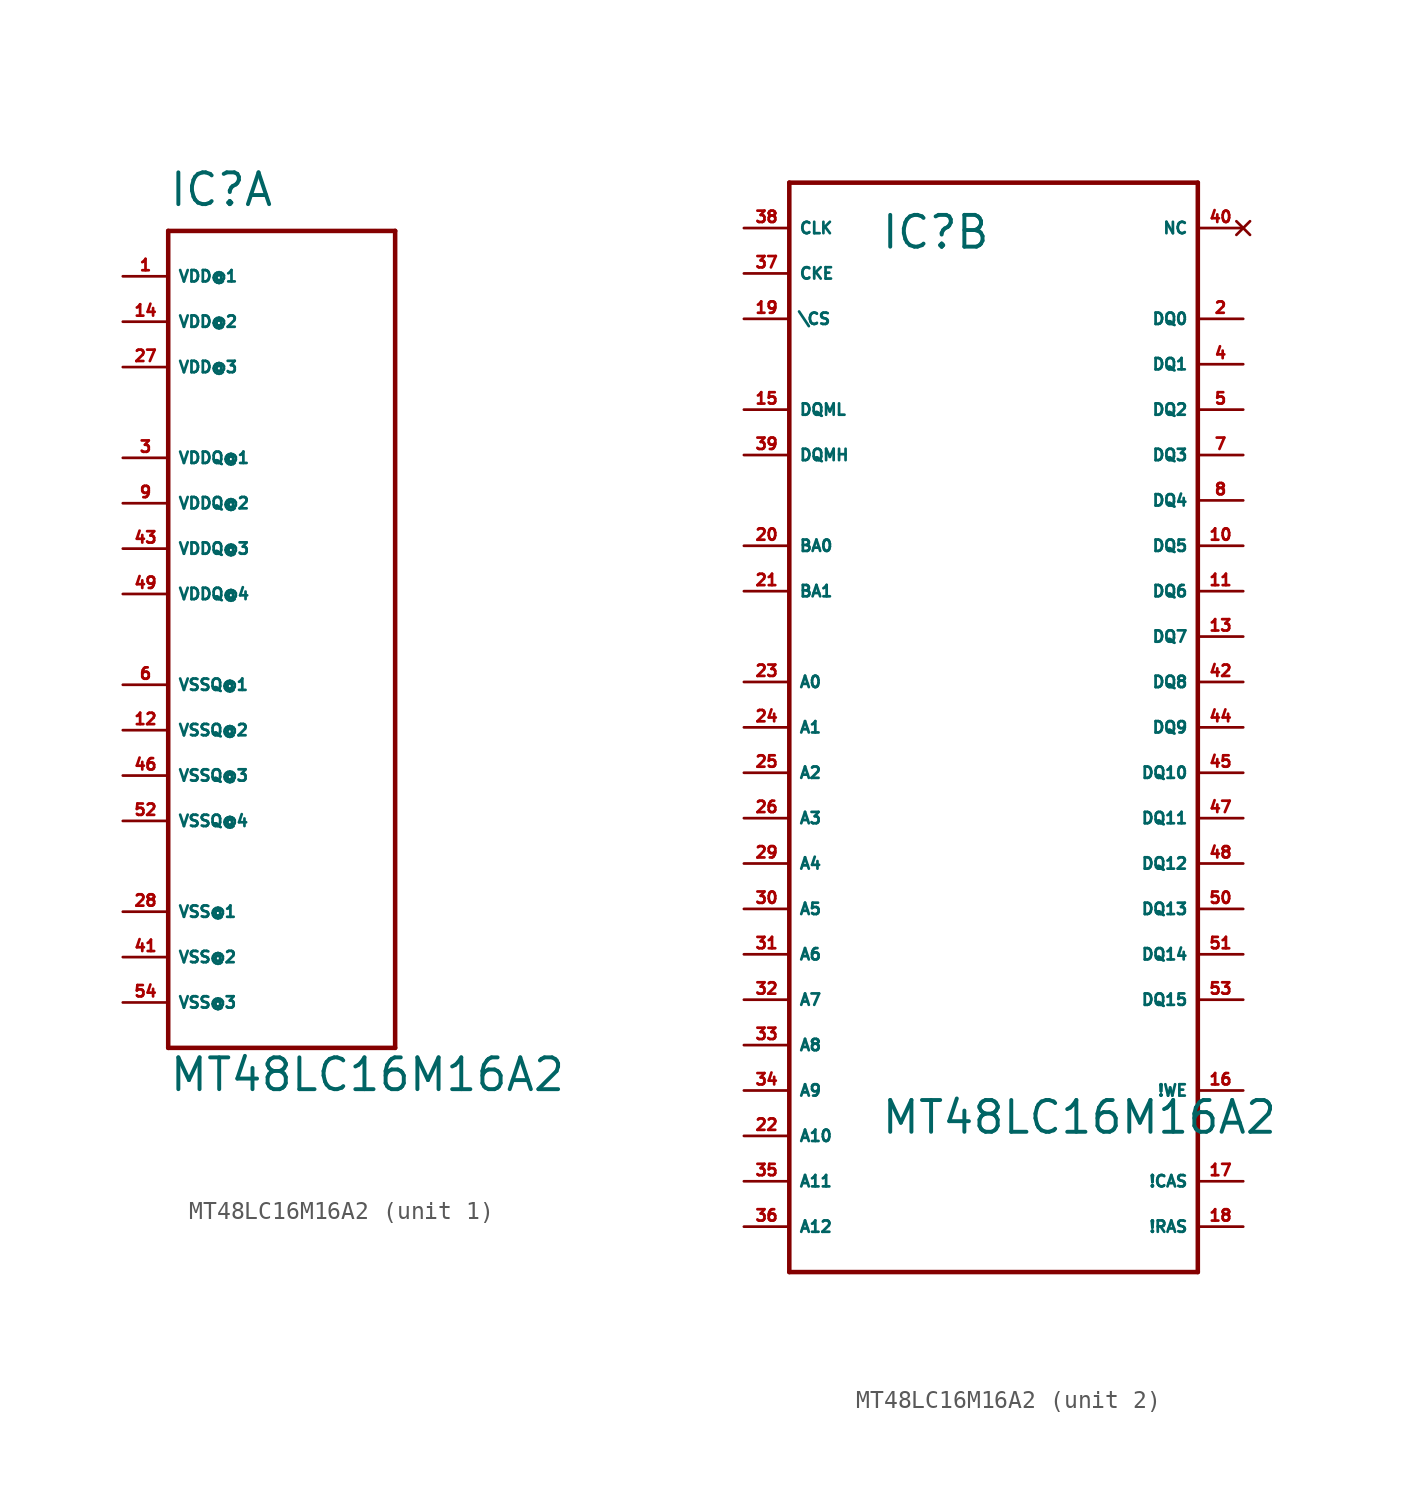
<source format=kicad_sym>
(kicad_symbol_lib
  (version 20220914)
  (generator Eagle2Kicad)
  (symbol "MT48LC16M16A2"
    (property "Reference" "IC"
      (at -5.08 24.13 0)
      (effects (font (size 1.778 1.778) (thickness 0.22)) (justify left bottom)))
    (property "Value" "MT48LC16M16A2"
      (at -5.08 -25.4 0)
      (effects (font (size 1.778 1.778) (thickness 0.22)) (justify left bottom)))
    (symbol "MT48LC16M16A2_1_0"
      (polyline (pts (xy -5.08 22.86) (xy 7.62 22.86)) (stroke (width 0.254) (type default)) (fill (type none)))
      (polyline (pts (xy 7.62 22.86) (xy 7.62 -22.86)) (stroke (width 0.254) (type default)) (fill (type none)))
      (polyline (pts (xy 7.62 -22.86) (xy -5.08 -22.86)) (stroke (width 0.254) (type default)) (fill (type none)))
      (polyline (pts (xy -5.08 -22.86) (xy -5.08 22.86)) (stroke (width 0.254) (type default)) (fill (type none)))
      (pin unspecified line (at -7.62 10.16 0) (length 2.54) (name "VDDQ@1" (effects (font (size 0.635 0.635) (thickness 0.08)) (justify left bottom))) (number "3" (effects (font (size 0.635 0.635) (thickness 0.08)) (justify left bottom))))
      (pin unspecified line (at -7.62 7.62 0) (length 2.54) (name "VDDQ@2" (effects (font (size 0.635 0.635) (thickness 0.08)) (justify left bottom))) (number "9" (effects (font (size 0.635 0.635) (thickness 0.08)) (justify left bottom))))
      (pin unspecified line (at -7.62 5.08 0) (length 2.54) (name "VDDQ@3" (effects (font (size 0.635 0.635) (thickness 0.08)) (justify left bottom))) (number "43" (effects (font (size 0.635 0.635) (thickness 0.08)) (justify left bottom))))
      (pin unspecified line (at -7.62 2.54 0) (length 2.54) (name "VDDQ@4" (effects (font (size 0.635 0.635) (thickness 0.08)) (justify left bottom))) (number "49" (effects (font (size 0.635 0.635) (thickness 0.08)) (justify left bottom))))
      (pin unspecified line (at -7.62 -2.54 0) (length 2.54) (name "VSSQ@1" (effects (font (size 0.635 0.635) (thickness 0.08)) (justify left bottom))) (number "6" (effects (font (size 0.635 0.635) (thickness 0.08)) (justify left bottom))))
      (pin unspecified line (at -7.62 -5.08 0) (length 2.54) (name "VSSQ@2" (effects (font (size 0.635 0.635) (thickness 0.08)) (justify left bottom))) (number "12" (effects (font (size 0.635 0.635) (thickness 0.08)) (justify left bottom))))
      (pin unspecified line (at -7.62 -7.62 0) (length 2.54) (name "VSSQ@3" (effects (font (size 0.635 0.635) (thickness 0.08)) (justify left bottom))) (number "46" (effects (font (size 0.635 0.635) (thickness 0.08)) (justify left bottom))))
      (pin unspecified line (at -7.62 -10.16 0) (length 2.54) (name "VSSQ@4" (effects (font (size 0.635 0.635) (thickness 0.08)) (justify left bottom))) (number "52" (effects (font (size 0.635 0.635) (thickness 0.08)) (justify left bottom))))
      (pin unspecified line (at -7.62 20.32 0) (length 2.54) (name "VDD@1" (effects (font (size 0.635 0.635) (thickness 0.08)) (justify left bottom))) (number "1" (effects (font (size 0.635 0.635) (thickness 0.08)) (justify left bottom))))
      (pin unspecified line (at -7.62 17.78 0) (length 2.54) (name "VDD@2" (effects (font (size 0.635 0.635) (thickness 0.08)) (justify left bottom))) (number "14" (effects (font (size 0.635 0.635) (thickness 0.08)) (justify left bottom))))
      (pin unspecified line (at -7.62 15.24 0) (length 2.54) (name "VDD@3" (effects (font (size 0.635 0.635) (thickness 0.08)) (justify left bottom))) (number "27" (effects (font (size 0.635 0.635) (thickness 0.08)) (justify left bottom))))
      (pin unspecified line (at -7.62 -15.24 0) (length 2.54) (name "VSS@1" (effects (font (size 0.635 0.635) (thickness 0.08)) (justify left bottom))) (number "28" (effects (font (size 0.635 0.635) (thickness 0.08)) (justify left bottom))))
      (pin unspecified line (at -7.62 -17.78 0) (length 2.54) (name "VSS@2" (effects (font (size 0.635 0.635) (thickness 0.08)) (justify left bottom))) (number "41" (effects (font (size 0.635 0.635) (thickness 0.08)) (justify left bottom))))
      (pin unspecified line (at -7.62 -20.32 0) (length 2.54) (name "VSS@3" (effects (font (size 0.635 0.635) (thickness 0.08)) (justify left bottom))) (number "54" (effects (font (size 0.635 0.635) (thickness 0.08)) (justify left bottom)))))
    (symbol "MT48LC16M16A2_2_0"
      (polyline (pts (xy -10.16 27.94) (xy 12.7 27.94)) (stroke (width 0.254) (type default)) (fill (type none)))
      (polyline (pts (xy 12.7 27.94) (xy 12.7 -33.02)) (stroke (width 0.254) (type default)) (fill (type none)))
      (polyline (pts (xy 12.7 -33.02) (xy -10.16 -33.02)) (stroke (width 0.254) (type default)) (fill (type none)))
      (polyline (pts (xy -10.16 -33.02) (xy -10.16 27.94)) (stroke (width 0.254) (type default)) (fill (type none)))
      (pin input line (at -12.7 25.4 0) (length 2.54) (name "CLK" (effects (font (size 0.635 0.635) (thickness 0.08)) (justify left bottom))) (number "38" (effects (font (size 0.635 0.635) (thickness 0.08)) (justify left bottom))))
      (pin input line (at -12.7 22.86 0) (length 2.54) (name "CKE" (effects (font (size 0.635 0.635) (thickness 0.08)) (justify left bottom))) (number "37" (effects (font (size 0.635 0.635) (thickness 0.08)) (justify left bottom))))
      (pin input line (at -12.7 20.32 0) (length 2.54) (name "\CS" (effects (font (size 0.635 0.635) (thickness 0.08)) (justify left bottom))) (number "19" (effects (font (size 0.635 0.635) (thickness 0.08)) (justify left bottom))))
      (pin input line (at 15.24 -22.86 180) (length 2.54) (name "!WE" (effects (font (size 0.635 0.635) (thickness 0.08)) (justify left bottom))) (number "16" (effects (font (size 0.635 0.635) (thickness 0.08)) (justify left bottom))))
      (pin input line (at 15.24 -27.94 180) (length 2.54) (name "!CAS" (effects (font (size 0.635 0.635) (thickness 0.08)) (justify left bottom))) (number "17" (effects (font (size 0.635 0.635) (thickness 0.08)) (justify left bottom))))
      (pin input line (at 15.24 -30.48 180) (length 2.54) (name "!RAS" (effects (font (size 0.635 0.635) (thickness 0.08)) (justify left bottom))) (number "18" (effects (font (size 0.635 0.635) (thickness 0.08)) (justify left bottom))))
      (pin input line (at -12.7 15.24 0) (length 2.54) (name "DQML" (effects (font (size 0.635 0.635) (thickness 0.08)) (justify left bottom))) (number "15" (effects (font (size 0.635 0.635) (thickness 0.08)) (justify left bottom))))
      (pin input line (at -12.7 12.7 0) (length 2.54) (name "DQMH" (effects (font (size 0.635 0.635) (thickness 0.08)) (justify left bottom))) (number "39" (effects (font (size 0.635 0.635) (thickness 0.08)) (justify left bottom))))
      (pin input line (at -12.7 7.62 0) (length 2.54) (name "BA0" (effects (font (size 0.635 0.635) (thickness 0.08)) (justify left bottom))) (number "20" (effects (font (size 0.635 0.635) (thickness 0.08)) (justify left bottom))))
      (pin input line (at -12.7 5.08 0) (length 2.54) (name "BA1" (effects (font (size 0.635 0.635) (thickness 0.08)) (justify left bottom))) (number "21" (effects (font (size 0.635 0.635) (thickness 0.08)) (justify left bottom))))
      (pin input line (at -12.7 0 0) (length 2.54) (name "A0" (effects (font (size 0.635 0.635) (thickness 0.08)) (justify left bottom))) (number "23" (effects (font (size 0.635 0.635) (thickness 0.08)) (justify left bottom))))
      (pin input line (at -12.7 -2.54 0) (length 2.54) (name "A1" (effects (font (size 0.635 0.635) (thickness 0.08)) (justify left bottom))) (number "24" (effects (font (size 0.635 0.635) (thickness 0.08)) (justify left bottom))))
      (pin input line (at -12.7 -5.08 0) (length 2.54) (name "A2" (effects (font (size 0.635 0.635) (thickness 0.08)) (justify left bottom))) (number "25" (effects (font (size 0.635 0.635) (thickness 0.08)) (justify left bottom))))
      (pin input line (at -12.7 -7.62 0) (length 2.54) (name "A3" (effects (font (size 0.635 0.635) (thickness 0.08)) (justify left bottom))) (number "26" (effects (font (size 0.635 0.635) (thickness 0.08)) (justify left bottom))))
      (pin input line (at -12.7 -10.16 0) (length 2.54) (name "A4" (effects (font (size 0.635 0.635) (thickness 0.08)) (justify left bottom))) (number "29" (effects (font (size 0.635 0.635) (thickness 0.08)) (justify left bottom))))
      (pin input line (at -12.7 -12.7 0) (length 2.54) (name "A5" (effects (font (size 0.635 0.635) (thickness 0.08)) (justify left bottom))) (number "30" (effects (font (size 0.635 0.635) (thickness 0.08)) (justify left bottom))))
      (pin input line (at -12.7 -15.24 0) (length 2.54) (name "A6" (effects (font (size 0.635 0.635) (thickness 0.08)) (justify left bottom))) (number "31" (effects (font (size 0.635 0.635) (thickness 0.08)) (justify left bottom))))
      (pin input line (at -12.7 -17.78 0) (length 2.54) (name "A7" (effects (font (size 0.635 0.635) (thickness 0.08)) (justify left bottom))) (number "32" (effects (font (size 0.635 0.635) (thickness 0.08)) (justify left bottom))))
      (pin input line (at -12.7 -20.32 0) (length 2.54) (name "A8" (effects (font (size 0.635 0.635) (thickness 0.08)) (justify left bottom))) (number "33" (effects (font (size 0.635 0.635) (thickness 0.08)) (justify left bottom))))
      (pin input line (at -12.7 -22.86 0) (length 2.54) (name "A9" (effects (font (size 0.635 0.635) (thickness 0.08)) (justify left bottom))) (number "34" (effects (font (size 0.635 0.635) (thickness 0.08)) (justify left bottom))))
      (pin input line (at -12.7 -25.4 0) (length 2.54) (name "A10" (effects (font (size 0.635 0.635) (thickness 0.08)) (justify left bottom))) (number "22" (effects (font (size 0.635 0.635) (thickness 0.08)) (justify left bottom))))
      (pin input line (at -12.7 -27.94 0) (length 2.54) (name "A11" (effects (font (size 0.635 0.635) (thickness 0.08)) (justify left bottom))) (number "35" (effects (font (size 0.635 0.635) (thickness 0.08)) (justify left bottom))))
      (pin input line (at -12.7 -30.48 0) (length 2.54) (name "A12" (effects (font (size 0.635 0.635) (thickness 0.08)) (justify left bottom))) (number "36" (effects (font (size 0.635 0.635) (thickness 0.08)) (justify left bottom))))
      (pin tri_state line (at 15.24 20.32 180) (length 2.54) (name "DQ0" (effects (font (size 0.635 0.635) (thickness 0.08)) (justify left bottom))) (number "2" (effects (font (size 0.635 0.635) (thickness 0.08)) (justify left bottom))))
      (pin tri_state line (at 15.24 17.78 180) (length 2.54) (name "DQ1" (effects (font (size 0.635 0.635) (thickness 0.08)) (justify left bottom))) (number "4" (effects (font (size 0.635 0.635) (thickness 0.08)) (justify left bottom))))
      (pin tri_state line (at 15.24 15.24 180) (length 2.54) (name "DQ2" (effects (font (size 0.635 0.635) (thickness 0.08)) (justify left bottom))) (number "5" (effects (font (size 0.635 0.635) (thickness 0.08)) (justify left bottom))))
      (pin tri_state line (at 15.24 12.7 180) (length 2.54) (name "DQ3" (effects (font (size 0.635 0.635) (thickness 0.08)) (justify left bottom))) (number "7" (effects (font (size 0.635 0.635) (thickness 0.08)) (justify left bottom))))
      (pin tri_state line (at 15.24 10.16 180) (length 2.54) (name "DQ4" (effects (font (size 0.635 0.635) (thickness 0.08)) (justify left bottom))) (number "8" (effects (font (size 0.635 0.635) (thickness 0.08)) (justify left bottom))))
      (pin tri_state line (at 15.24 7.62 180) (length 2.54) (name "DQ5" (effects (font (size 0.635 0.635) (thickness 0.08)) (justify left bottom))) (number "10" (effects (font (size 0.635 0.635) (thickness 0.08)) (justify left bottom))))
      (pin tri_state line (at 15.24 5.08 180) (length 2.54) (name "DQ6" (effects (font (size 0.635 0.635) (thickness 0.08)) (justify left bottom))) (number "11" (effects (font (size 0.635 0.635) (thickness 0.08)) (justify left bottom))))
      (pin tri_state line (at 15.24 2.54 180) (length 2.54) (name "DQ7" (effects (font (size 0.635 0.635) (thickness 0.08)) (justify left bottom))) (number "13" (effects (font (size 0.635 0.635) (thickness 0.08)) (justify left bottom))))
      (pin tri_state line (at 15.24 0 180) (length 2.54) (name "DQ8" (effects (font (size 0.635 0.635) (thickness 0.08)) (justify left bottom))) (number "42" (effects (font (size 0.635 0.635) (thickness 0.08)) (justify left bottom))))
      (pin tri_state line (at 15.24 -2.54 180) (length 2.54) (name "DQ9" (effects (font (size 0.635 0.635) (thickness 0.08)) (justify left bottom))) (number "44" (effects (font (size 0.635 0.635) (thickness 0.08)) (justify left bottom))))
      (pin tri_state line (at 15.24 -5.08 180) (length 2.54) (name "DQ10" (effects (font (size 0.635 0.635) (thickness 0.08)) (justify left bottom))) (number "45" (effects (font (size 0.635 0.635) (thickness 0.08)) (justify left bottom))))
      (pin tri_state line (at 15.24 -7.62 180) (length 2.54) (name "DQ11" (effects (font (size 0.635 0.635) (thickness 0.08)) (justify left bottom))) (number "47" (effects (font (size 0.635 0.635) (thickness 0.08)) (justify left bottom))))
      (pin tri_state line (at 15.24 -10.16 180) (length 2.54) (name "DQ12" (effects (font (size 0.635 0.635) (thickness 0.08)) (justify left bottom))) (number "48" (effects (font (size 0.635 0.635) (thickness 0.08)) (justify left bottom))))
      (pin tri_state line (at 15.24 -12.7 180) (length 2.54) (name "DQ13" (effects (font (size 0.635 0.635) (thickness 0.08)) (justify left bottom))) (number "50" (effects (font (size 0.635 0.635) (thickness 0.08)) (justify left bottom))))
      (pin tri_state line (at 15.24 -15.24 180) (length 2.54) (name "DQ14" (effects (font (size 0.635 0.635) (thickness 0.08)) (justify left bottom))) (number "51" (effects (font (size 0.635 0.635) (thickness 0.08)) (justify left bottom))))
      (pin tri_state line (at 15.24 -17.78 180) (length 2.54) (name "DQ15" (effects (font (size 0.635 0.635) (thickness 0.08)) (justify left bottom))) (number "53" (effects (font (size 0.635 0.635) (thickness 0.08)) (justify left bottom))))
      (pin no_connect line (at 15.24 25.4 180) (length 2.54) (name "NC" (effects (font (size 0.635 0.635) (thickness 0.08)) (justify left bottom) hide)) (number "40" (effects (font (size 0.635 0.635) (thickness 0.08)) (justify left bottom) hide))))))
</source>
